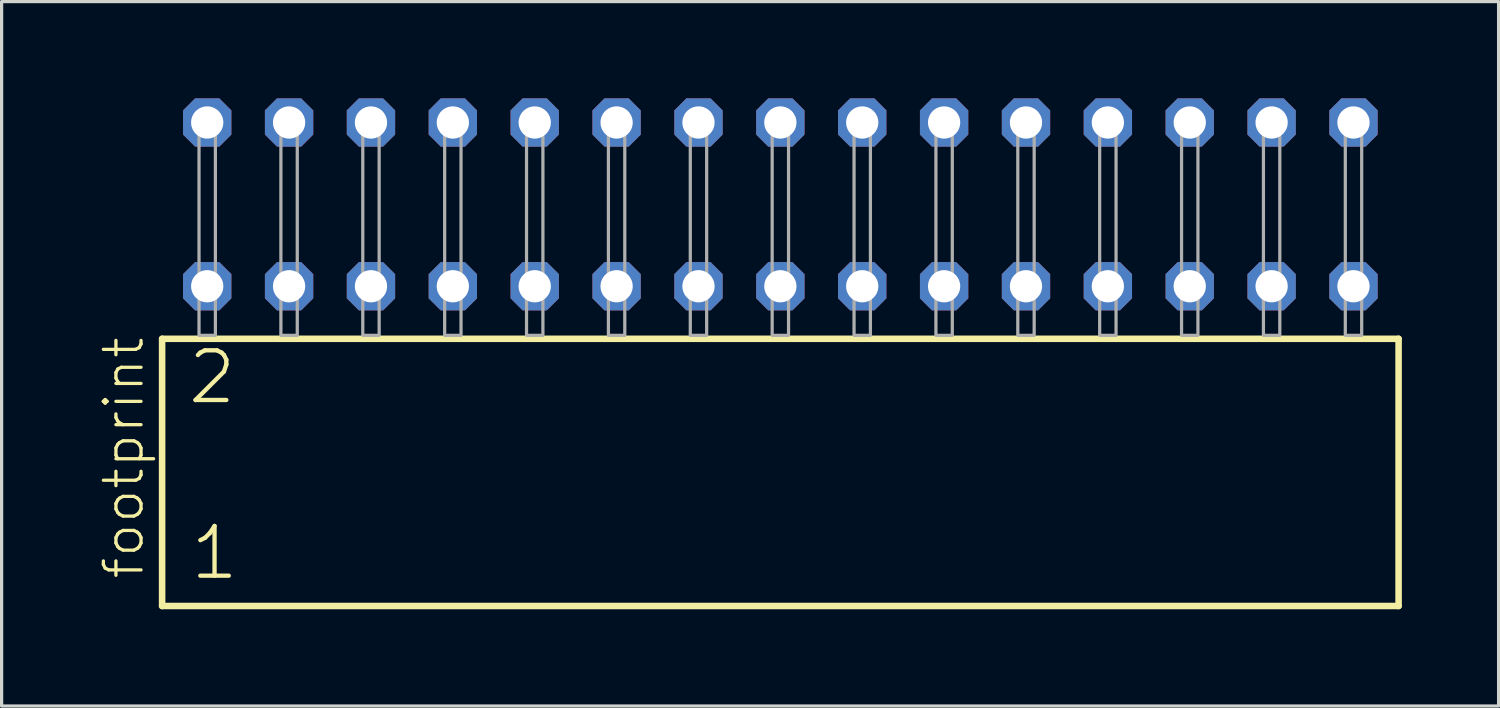
<source format=kicad_pcb>
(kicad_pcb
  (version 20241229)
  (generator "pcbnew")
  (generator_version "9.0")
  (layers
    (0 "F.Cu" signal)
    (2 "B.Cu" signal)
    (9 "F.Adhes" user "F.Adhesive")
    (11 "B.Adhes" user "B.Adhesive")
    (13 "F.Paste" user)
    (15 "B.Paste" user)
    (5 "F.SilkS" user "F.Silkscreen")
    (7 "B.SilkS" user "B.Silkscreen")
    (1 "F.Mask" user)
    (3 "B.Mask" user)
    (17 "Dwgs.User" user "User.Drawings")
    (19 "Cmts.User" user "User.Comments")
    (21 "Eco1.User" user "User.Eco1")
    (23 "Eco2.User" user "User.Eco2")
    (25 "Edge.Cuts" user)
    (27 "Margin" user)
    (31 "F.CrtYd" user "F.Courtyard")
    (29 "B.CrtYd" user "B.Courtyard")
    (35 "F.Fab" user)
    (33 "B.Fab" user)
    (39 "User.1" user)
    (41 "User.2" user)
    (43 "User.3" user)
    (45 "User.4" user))
  (footprint "footprint"
    (layer "F.Cu")
    (at 21.158 7.354)
    (property "Reference" "footprint" (at -19.685 7.62 90) (layer "F.SilkS") (effects (font (size 1.168 1.168) (thickness 0.102)) (justify left bottom)))
    (fp_line (start -19.179 0.106) (end -19.179 8.396) (stroke (width 0.203) (type solid)) (layer "F.SilkS"))
    (fp_line (start -19.179 8.396) (end 19.179 8.396) (stroke (width 0.203) (type solid)) (layer "F.SilkS"))
    (fp_line (start 19.179 0.106) (end -19.179 0.106) (stroke (width 0.203) (type solid)) (layer "F.SilkS"))
    (fp_line (start 19.179 8.396) (end 19.179 0.106) (stroke (width 0.203) (type solid)) (layer "F.SilkS"))
    (fp_poly (pts (xy -18.034 0) (xy -17.526 0) (xy -17.526 -6.858) (xy -18.034 -6.858)) (stroke (width 0.1) (type solid)) (fill no) (layer "F.Fab"))
    (fp_poly (pts (xy -15.494 0) (xy -14.986 0) (xy -14.986 -6.858) (xy -15.494 -6.858)) (stroke (width 0.1) (type solid)) (fill no) (layer "F.Fab"))
    (fp_poly (pts (xy -12.954 0) (xy -12.446 0) (xy -12.446 -6.858) (xy -12.954 -6.858)) (stroke (width 0.1) (type solid)) (fill no) (layer "F.Fab"))
    (fp_poly (pts (xy -10.414 0) (xy -9.906 0) (xy -9.906 -6.858) (xy -10.414 -6.858)) (stroke (width 0.1) (type solid)) (fill no) (layer "F.Fab"))
    (fp_poly (pts (xy -7.874 0) (xy -7.366 0) (xy -7.366 -6.858) (xy -7.874 -6.858)) (stroke (width 0.1) (type solid)) (fill no) (layer "F.Fab"))
    (fp_poly (pts (xy -5.334 0) (xy -4.826 0) (xy -4.826 -6.858) (xy -5.334 -6.858)) (stroke (width 0.1) (type solid)) (fill no) (layer "F.Fab"))
    (fp_poly (pts (xy -2.794 0) (xy -2.286 0) (xy -2.286 -6.858) (xy -2.794 -6.858)) (stroke (width 0.1) (type solid)) (fill no) (layer "F.Fab"))
    (fp_poly (pts (xy -0.254 0) (xy 0.254 0) (xy 0.254 -6.858) (xy -0.254 -6.858)) (stroke (width 0.1) (type solid)) (fill no) (layer "F.Fab"))
    (fp_poly (pts (xy 2.286 0) (xy 2.794 0) (xy 2.794 -6.858) (xy 2.286 -6.858)) (stroke (width 0.1) (type solid)) (fill no) (layer "F.Fab"))
    (fp_poly (pts (xy 4.826 0) (xy 5.334 0) (xy 5.334 -6.858) (xy 4.826 -6.858)) (stroke (width 0.1) (type solid)) (fill no) (layer "F.Fab"))
    (fp_poly (pts (xy 7.366 0) (xy 7.874 0) (xy 7.874 -6.858) (xy 7.366 -6.858)) (stroke (width 0.1) (type solid)) (fill no) (layer "F.Fab"))
    (fp_poly (pts (xy 9.906 0) (xy 10.414 0) (xy 10.414 -6.858) (xy 9.906 -6.858)) (stroke (width 0.1) (type solid)) (fill no) (layer "F.Fab"))
    (fp_poly (pts (xy 12.446 0) (xy 12.954 0) (xy 12.954 -6.858) (xy 12.446 -6.858)) (stroke (width 0.1) (type solid)) (fill no) (layer "F.Fab"))
    (fp_poly (pts (xy 14.986 0) (xy 15.494 0) (xy 15.494 -6.858) (xy 14.986 -6.858)) (stroke (width 0.1) (type solid)) (fill no) (layer "F.Fab"))
    (fp_poly (pts (xy 17.526 0) (xy 18.034 0) (xy 18.034 -6.858) (xy 17.526 -6.858)) (stroke (width 0.1) (type solid)) (fill no) (layer "F.Fab"))
    (fp_text user "1" (at -18.375 7.65 0) (layer "F.SilkS") (effects (font (size 1.542 1.542) (thickness 0.134)) (justify left bottom)))
    (fp_text user "2" (at -18.45 2.2 0) (layer "F.SilkS") (effects (font (size 1.542 1.542) (thickness 0.134)) (justify left bottom)))
    (pad "1" thru_hole roundrect (at -17.78 -1.524) (size 1.5 1.5) (drill 1) (layers "*.Cu" "*.Mask") (roundrect_rratio 0.25) (chamfer_ratio 0.25) (chamfer top_left top_right bottom_left bottom_right))
    (pad "2" thru_hole roundrect (at -17.78 -6.604) (size 1.5 1.5) (drill 1) (layers "*.Cu" "*.Mask") (roundrect_rratio 0.25) (chamfer_ratio 0.25) (chamfer top_left top_right bottom_left bottom_right))
    (pad "3" thru_hole roundrect (at -15.24 -1.524) (size 1.5 1.5) (drill 1) (layers "*.Cu" "*.Mask") (roundrect_rratio 0.25) (chamfer_ratio 0.25) (chamfer top_left top_right bottom_left bottom_right))
    (pad "4" thru_hole roundrect (at -15.24 -6.604) (size 1.5 1.5) (drill 1) (layers "*.Cu" "*.Mask") (roundrect_rratio 0.25) (chamfer_ratio 0.25) (chamfer top_left top_right bottom_left bottom_right))
    (pad "5" thru_hole roundrect (at -12.7 -1.524) (size 1.5 1.5) (drill 1) (layers "*.Cu" "*.Mask") (roundrect_rratio 0.25) (chamfer_ratio 0.25) (chamfer top_left top_right bottom_left bottom_right))
    (pad "6" thru_hole roundrect (at -12.7 -6.604) (size 1.5 1.5) (drill 1) (layers "*.Cu" "*.Mask") (roundrect_rratio 0.25) (chamfer_ratio 0.25) (chamfer top_left top_right bottom_left bottom_right))
    (pad "7" thru_hole roundrect (at -10.16 -1.524) (size 1.5 1.5) (drill 1) (layers "*.Cu" "*.Mask") (roundrect_rratio 0.25) (chamfer_ratio 0.25) (chamfer top_left top_right bottom_left bottom_right))
    (pad "8" thru_hole roundrect (at -10.16 -6.604) (size 1.5 1.5) (drill 1) (layers "*.Cu" "*.Mask") (roundrect_rratio 0.25) (chamfer_ratio 0.25) (chamfer top_left top_right bottom_left bottom_right))
    (pad "9" thru_hole roundrect (at -7.62 -1.524) (size 1.5 1.5) (drill 1) (layers "*.Cu" "*.Mask") (roundrect_rratio 0.25) (chamfer_ratio 0.25) (chamfer top_left top_right bottom_left bottom_right))
    (pad "10" thru_hole roundrect (at -7.62 -6.604) (size 1.5 1.5) (drill 1) (layers "*.Cu" "*.Mask") (roundrect_rratio 0.25) (chamfer_ratio 0.25) (chamfer top_left top_right bottom_left bottom_right))
    (pad "11" thru_hole roundrect (at -5.08 -1.524) (size 1.5 1.5) (drill 1) (layers "*.Cu" "*.Mask") (roundrect_rratio 0.25) (chamfer_ratio 0.25) (chamfer top_left top_right bottom_left bottom_right))
    (pad "12" thru_hole roundrect (at -5.08 -6.604) (size 1.5 1.5) (drill 1) (layers "*.Cu" "*.Mask") (roundrect_rratio 0.25) (chamfer_ratio 0.25) (chamfer top_left top_right bottom_left bottom_right))
    (pad "13" thru_hole roundrect (at -2.54 -1.524) (size 1.5 1.5) (drill 1) (layers "*.Cu" "*.Mask") (roundrect_rratio 0.25) (chamfer_ratio 0.25) (chamfer top_left top_right bottom_left bottom_right))
    (pad "14" thru_hole roundrect (at -2.54 -6.604) (size 1.5 1.5) (drill 1) (layers "*.Cu" "*.Mask") (roundrect_rratio 0.25) (chamfer_ratio 0.25) (chamfer top_left top_right bottom_left bottom_right))
    (pad "15" thru_hole roundrect (at 0 -1.524) (size 1.5 1.5) (drill 1) (layers "*.Cu" "*.Mask") (roundrect_rratio 0.25) (chamfer_ratio 0.25) (chamfer top_left top_right bottom_left bottom_right))
    (pad "16" thru_hole roundrect (at 0 -6.604) (size 1.5 1.5) (drill 1) (layers "*.Cu" "*.Mask") (roundrect_rratio 0.25) (chamfer_ratio 0.25) (chamfer top_left top_right bottom_left bottom_right))
    (pad "17" thru_hole roundrect (at 2.54 -1.524) (size 1.5 1.5) (drill 1) (layers "*.Cu" "*.Mask") (roundrect_rratio 0.25) (chamfer_ratio 0.25) (chamfer top_left top_right bottom_left bottom_right))
    (pad "18" thru_hole roundrect (at 2.54 -6.604) (size 1.5 1.5) (drill 1) (layers "*.Cu" "*.Mask") (roundrect_rratio 0.25) (chamfer_ratio 0.25) (chamfer top_left top_right bottom_left bottom_right))
    (pad "19" thru_hole roundrect (at 5.08 -1.524) (size 1.5 1.5) (drill 1) (layers "*.Cu" "*.Mask") (roundrect_rratio 0.25) (chamfer_ratio 0.25) (chamfer top_left top_right bottom_left bottom_right))
    (pad "20" thru_hole roundrect (at 5.08 -6.604) (size 1.5 1.5) (drill 1) (layers "*.Cu" "*.Mask") (roundrect_rratio 0.25) (chamfer_ratio 0.25) (chamfer top_left top_right bottom_left bottom_right))
    (pad "21" thru_hole roundrect (at 7.62 -1.524) (size 1.5 1.5) (drill 1) (layers "*.Cu" "*.Mask") (roundrect_rratio 0.25) (chamfer_ratio 0.25) (chamfer top_left top_right bottom_left bottom_right))
    (pad "22" thru_hole roundrect (at 7.62 -6.604) (size 1.5 1.5) (drill 1) (layers "*.Cu" "*.Mask") (roundrect_rratio 0.25) (chamfer_ratio 0.25) (chamfer top_left top_right bottom_left bottom_right))
    (pad "23" thru_hole roundrect (at 10.16 -1.524) (size 1.5 1.5) (drill 1) (layers "*.Cu" "*.Mask") (roundrect_rratio 0.25) (chamfer_ratio 0.25) (chamfer top_left top_right bottom_left bottom_right))
    (pad "24" thru_hole roundrect (at 10.16 -6.604) (size 1.5 1.5) (drill 1) (layers "*.Cu" "*.Mask") (roundrect_rratio 0.25) (chamfer_ratio 0.25) (chamfer top_left top_right bottom_left bottom_right))
    (pad "25" thru_hole roundrect (at 12.7 -1.524) (size 1.5 1.5) (drill 1) (layers "*.Cu" "*.Mask") (roundrect_rratio 0.25) (chamfer_ratio 0.25) (chamfer top_left top_right bottom_left bottom_right))
    (pad "26" thru_hole roundrect (at 12.7 -6.604) (size 1.5 1.5) (drill 1) (layers "*.Cu" "*.Mask") (roundrect_rratio 0.25) (chamfer_ratio 0.25) (chamfer top_left top_right bottom_left bottom_right))
    (pad "27" thru_hole roundrect (at 15.24 -1.524) (size 1.5 1.5) (drill 1) (layers "*.Cu" "*.Mask") (roundrect_rratio 0.25) (chamfer_ratio 0.25) (chamfer top_left top_right bottom_left bottom_right))
    (pad "28" thru_hole roundrect (at 15.24 -6.604) (size 1.5 1.5) (drill 1) (layers "*.Cu" "*.Mask") (roundrect_rratio 0.25) (chamfer_ratio 0.25) (chamfer top_left top_right bottom_left bottom_right))
    (pad "29" thru_hole roundrect (at 17.78 -1.524) (size 1.5 1.5) (drill 1) (layers "*.Cu" "*.Mask") (roundrect_rratio 0.25) (chamfer_ratio 0.25) (chamfer top_left top_right bottom_left bottom_right))
    (pad "30" thru_hole roundrect (at 17.78 -6.604) (size 1.5 1.5) (drill 1) (layers "*.Cu" "*.Mask") (roundrect_rratio 0.25) (chamfer_ratio 0.25) (chamfer top_left top_right bottom_left bottom_right)))
  (gr_rect
    (start -3 -3)
    (end 43.439 18.852)
    (stroke (width 0.1) (type default))
    (fill no)
    (layer "Edge.Cuts")))
</source>
